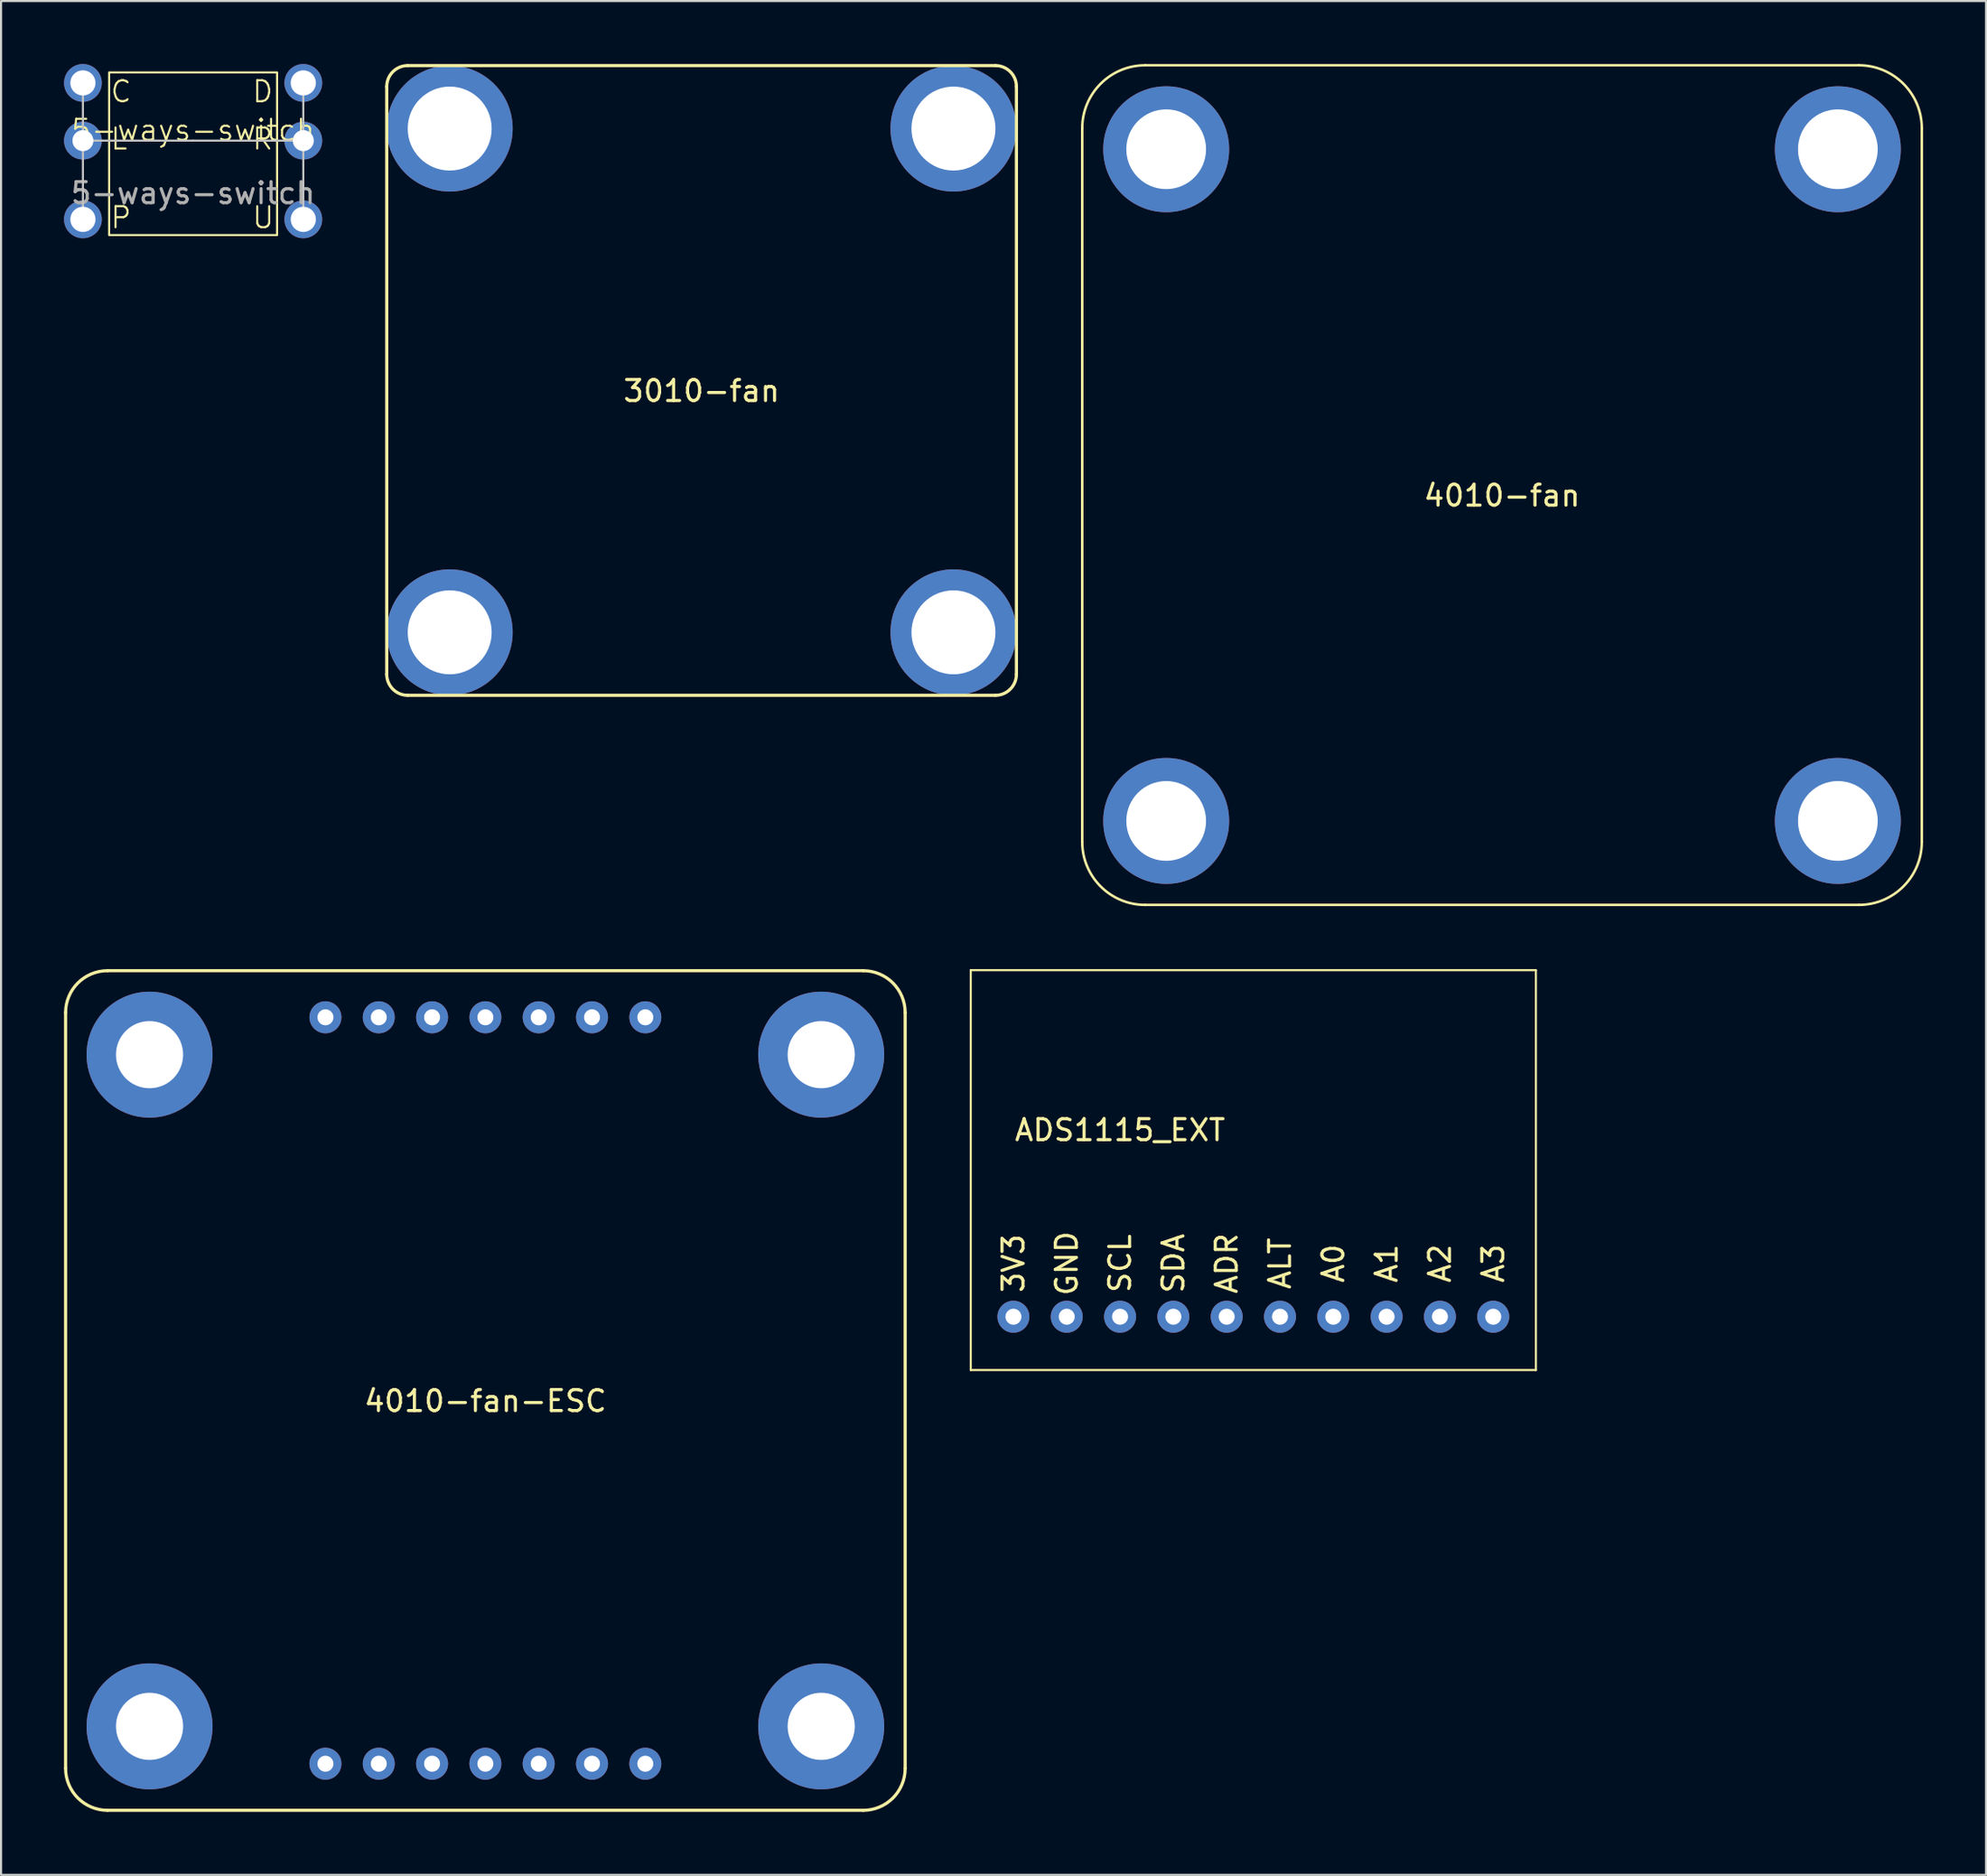
<source format=kicad_pcb>
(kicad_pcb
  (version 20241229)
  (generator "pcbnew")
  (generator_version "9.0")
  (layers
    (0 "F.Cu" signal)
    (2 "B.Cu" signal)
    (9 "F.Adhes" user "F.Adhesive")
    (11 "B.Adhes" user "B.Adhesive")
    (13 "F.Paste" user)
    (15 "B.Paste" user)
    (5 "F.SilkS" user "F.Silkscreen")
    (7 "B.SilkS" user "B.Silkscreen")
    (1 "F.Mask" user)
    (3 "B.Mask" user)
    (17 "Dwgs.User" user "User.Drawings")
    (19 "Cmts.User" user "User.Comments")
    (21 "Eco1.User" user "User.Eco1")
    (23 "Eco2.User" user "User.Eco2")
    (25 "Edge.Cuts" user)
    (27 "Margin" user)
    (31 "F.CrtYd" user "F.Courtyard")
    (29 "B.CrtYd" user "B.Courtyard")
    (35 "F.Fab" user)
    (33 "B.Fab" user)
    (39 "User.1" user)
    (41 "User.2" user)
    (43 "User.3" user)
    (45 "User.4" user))
  (footprint "4010-fan-ESC"
    (layer "F.Cu")
    (at 20.075 63.195)
    (property "Reference" "4010-fan-ESC" (at 0 0.5 0) (layer "F.SilkS") (effects (font (size 1 1) (thickness 0.15))))
    (attr through_hole)
    (fp_line (start -20 -18) (end -20 18) (stroke (width 0.15) (type solid)) (layer "F.SilkS"))
    (fp_line (start -18 20) (end 18 20) (stroke (width 0.15) (type solid)) (layer "F.SilkS"))
    (fp_line (start 18 -20) (end -18 -20) (stroke (width 0.15) (type solid)) (layer "F.SilkS"))
    (fp_line (start 20 18) (end 20 -18) (stroke (width 0.15) (type solid)) (layer "F.SilkS"))
    (fp_arc (start -20 -18) (mid -19.414214 -19.414214) (end -18 -20) (stroke (width 0.15) (type solid)) (layer "F.SilkS"))
    (fp_arc (start -18 20) (mid -19.414214 19.414214) (end -20 18) (stroke (width 0.15) (type solid)) (layer "F.SilkS"))
    (fp_arc (start 18 -20) (mid 19.414214 -19.414214) (end 20 -18) (stroke (width 0.15) (type solid)) (layer "F.SilkS"))
    (fp_arc (start 20 18) (mid 19.414214 19.414214) (end 18 20) (stroke (width 0.15) (type solid)) (layer "F.SilkS"))
    (pad "" thru_hole circle (at -16 -16) (size 6 6) (drill 3.2) (layers "*.Cu" "*.Mask"))
    (pad "" thru_hole circle (at -16 16) (size 6 6) (drill 3.2) (layers "*.Cu" "*.Mask"))
    (pad "" thru_hole circle (at 16 -16) (size 6 6) (drill 3.2) (layers "*.Cu" "*.Mask"))
    (pad "" thru_hole circle (at 16 16) (size 6 6) (drill 3.2) (layers "*.Cu" "*.Mask"))
    (pad "1" thru_hole circle (at -7.62 -17.78) (size 1.524 1.524) (drill 0.762) (layers "*.Cu" "*.Mask"))
    (pad "2" thru_hole circle (at -5.08 -17.78) (size 1.524 1.524) (drill 0.762) (layers "*.Cu" "*.Mask"))
    (pad "3" thru_hole circle (at -2.54 -17.78) (size 1.524 1.524) (drill 0.762) (layers "*.Cu" "*.Mask"))
    (pad "4" thru_hole circle (at 0 -17.78) (size 1.524 1.524) (drill 0.762) (layers "*.Cu" "*.Mask"))
    (pad "5" thru_hole circle (at 2.54 -17.78) (size 1.524 1.524) (drill 0.762) (layers "*.Cu" "*.Mask"))
    (pad "6" thru_hole circle (at 5.08 -17.78) (size 1.524 1.524) (drill 0.762) (layers "*.Cu" "*.Mask"))
    (pad "7" thru_hole circle (at 7.62 -17.78) (size 1.524 1.524) (drill 0.762) (layers "*.Cu" "*.Mask"))
    (pad "8" thru_hole circle (at -7.62 17.78) (size 1.524 1.524) (drill 0.762) (layers "*.Cu" "*.Mask"))
    (pad "9" thru_hole circle (at -5.08 17.78) (size 1.524 1.524) (drill 0.762) (layers "*.Cu" "*.Mask"))
    (pad "10" thru_hole circle (at -2.54 17.78) (size 1.524 1.524) (drill 0.762) (layers "*.Cu" "*.Mask"))
    (pad "11" thru_hole circle (at 0 17.78) (size 1.524 1.524) (drill 0.762) (layers "*.Cu" "*.Mask"))
    (pad "12" thru_hole circle (at 2.54 17.78) (size 1.524 1.524) (drill 0.762) (layers "*.Cu" "*.Mask"))
    (pad "13" thru_hole circle (at 5.08 17.78) (size 1.524 1.524) (drill 0.762) (layers "*.Cu" "*.Mask"))
    (pad "14" thru_hole circle (at 7.62 17.78) (size 1.524 1.524) (drill 0.762) (layers "*.Cu" "*.Mask")))
  (footprint "ADS1115_EXT"
    (layer "F.Cu")
    (at 45.232 59.68)
    (property "Reference" "ADS1115_EXT" (at 5.08 -8.89 0) (layer "F.SilkS") (effects (font (size 1 1) (thickness 0.15))))
    (attr through_hole)
    (fp_line (start -2.032 -16.51) (end -2.032 2.54) (stroke (width 0.1) (type solid)) (layer "F.SilkS"))
    (fp_line (start -2.032 2.54) (end 24.892 2.54) (stroke (width 0.1) (type solid)) (layer "F.SilkS"))
    (fp_line (start 24.892 -16.51) (end -2.032 -16.51) (stroke (width 0.1) (type solid)) (layer "F.SilkS"))
    (fp_line (start 24.892 2.54) (end 24.892 -16.51) (stroke (width 0.1) (type solid)) (layer "F.SilkS"))
    (fp_text user "SCL" (at 5.08 -2.54 90) (layer "F.SilkS") (effects (font (size 1 1) (thickness 0.15))))
    (fp_text user "3V3" (at 0 -2.54 90) (layer "F.SilkS") (effects (font (size 1 1) (thickness 0.15))))
    (fp_text user "A1" (at 17.78 -2.54 90) (layer "F.SilkS") (effects (font (size 1 1) (thickness 0.15))))
    (fp_text user "SDA" (at 7.62 -2.54 270) (layer "F.SilkS") (effects (font (size 1 1) (thickness 0.15))))
    (fp_text user "A3" (at 22.86 -2.54 270) (layer "F.SilkS") (effects (font (size 1 1) (thickness 0.15))))
    (fp_text user "A0" (at 15.24 -2.54 90) (layer "F.SilkS") (effects (font (size 1 1) (thickness 0.15))))
    (fp_text user "ALT" (at 12.7 -2.54 90) (layer "F.SilkS") (effects (font (size 1 1) (thickness 0.15))))
    (fp_text user "A2" (at 20.32 -2.54 270) (layer "F.SilkS") (effects (font (size 1 1) (thickness 0.15))))
    (fp_text user "ADR" (at 10.16 -2.54 90) (layer "F.SilkS") (effects (font (size 1 1) (thickness 0.15))))
    (fp_text user "GND" (at 2.54 -2.54 90) (layer "F.SilkS") (effects (font (size 1 1) (thickness 0.15))))
    (pad "1" thru_hole circle (at 0 0) (size 1.524 1.524) (drill 0.762) (layers "*.Cu" "*.Mask"))
    (pad "2" thru_hole circle (at 2.54 0) (size 1.524 1.524) (drill 0.762) (layers "*.Cu" "*.Mask"))
    (pad "3" thru_hole circle (at 5.08 0) (size 1.524 1.524) (drill 0.762) (layers "*.Cu" "*.Mask"))
    (pad "4" thru_hole circle (at 7.62 0) (size 1.524 1.524) (drill 0.762) (layers "*.Cu" "*.Mask"))
    (pad "5" thru_hole circle (at 10.16 0) (size 1.524 1.524) (drill 0.762) (layers "*.Cu" "*.Mask"))
    (pad "6" thru_hole circle (at 12.7 0) (size 1.524 1.524) (drill 0.762) (layers "*.Cu" "*.Mask"))
    (pad "7" thru_hole circle (at 15.24 0) (size 1.524 1.524) (drill 0.762) (layers "*.Cu" "*.Mask"))
    (pad "8" thru_hole circle (at 17.78 0) (size 1.524 1.524) (drill 0.762) (layers "*.Cu" "*.Mask"))
    (pad "9" thru_hole circle (at 20.32 0) (size 1.524 1.524) (drill 0.762) (layers "*.Cu" "*.Mask"))
    (pad "10" thru_hole circle (at 22.86 0) (size 1.524 1.524) (drill 0.762) (layers "*.Cu" "*.Mask")))
  (footprint "5-ways-switch"
    (layer "F.Cu")
    (at 6.15 3.65)
    (property "Reference" "5-ways-switch" (at 0 -0.5 0) (unlocked yes) (layer "F.SilkS") (effects (font (size 1 1) (thickness 0.1))))
    (attr through_hole)
    (fp_rect (start -4 -3.25) (end 4 4.5) (stroke (width 0.1) (type default)) (fill no) (layer "F.SilkS"))
    (fp_line (start -5.25 0) (end -5.25 -2.75) (stroke (width 0.1) (type default)) (layer "Dwgs.User"))
    (fp_line (start -5.25 0) (end -5.25 3.75) (stroke (width 0.1) (type default)) (layer "Dwgs.User"))
    (fp_line (start 0 0) (end -5.25 0) (stroke (width 0.1) (type default)) (layer "Dwgs.User"))
    (fp_line (start 0 0) (end 5.25 0) (stroke (width 0.1) (type default)) (layer "Dwgs.User"))
    (fp_line (start 5.25 0) (end 5.25 -2.75) (stroke (width 0.1) (type default)) (layer "Dwgs.User"))
    (fp_line (start 5.25 0) (end 5.25 3.75) (stroke (width 0.1) (type default)) (layer "Dwgs.User"))
    (fp_text user "C" (at -4 -1.75 0) (unlocked yes) (layer "F.SilkS") (effects (font (size 1 1) (thickness 0.1)) (justify left bottom)))
    (fp_text user "U" (at 2.75 4.25 0) (unlocked yes) (layer "F.SilkS") (effects (font (size 1 1) (thickness 0.1)) (justify left bottom)))
    (fp_text user "D" (at 2.75 -1.75 0) (unlocked yes) (layer "F.SilkS") (effects (font (size 1 1) (thickness 0.1)) (justify left bottom)))
    (fp_text user "P" (at -4 4.25 0) (unlocked yes) (layer "F.SilkS") (effects (font (size 1 1) (thickness 0.1)) (justify left bottom)))
    (fp_text user "L" (at -4 0.5 0) (unlocked yes) (layer "F.SilkS") (effects (font (size 1 1) (thickness 0.1)) (justify left bottom)))
    (fp_text user "R" (at 2.75 0.5 0) (unlocked yes) (layer "F.SilkS") (effects (font (size 1 1) (thickness 0.1)) (justify left bottom)))
    (fp_text user "${REFERENCE}" (at 0 2.5 0) (unlocked yes) (layer "F.Fab") (effects (font (size 1 1) (thickness 0.15))))
    (pad "1" thru_hole circle (at -5.25 -2.75) (size 1.8 1.8) (drill 1.2) (layers "*.Cu" "*.Mask"))
    (pad "2" thru_hole circle (at -5.25 0) (size 1.8 1.8) (drill 1) (layers "*.Cu" "*.Mask"))
    (pad "3" thru_hole circle (at -5.25 3.75) (size 1.8 1.8) (drill 1.2) (layers "*.Cu" "*.Mask"))
    (pad "4" thru_hole circle (at 5.25 3.75) (size 1.8 1.8) (drill 1.2) (layers "*.Cu" "*.Mask"))
    (pad "5" thru_hole circle (at 5.25 0) (size 1.8 1.8) (drill 1) (layers "*.Cu" "*.Mask"))
    (pad "6" thru_hole circle (at 5.25 -2.75) (size 1.8 1.8) (drill 1.2) (layers "*.Cu" "*.Mask")))
  (footprint "4010-fan"
    (layer "F.Cu")
    (at 68.51 20.06)
    (property "Reference" "4010-fan" (at 0 0.5 0) (layer "F.SilkS") (effects (font (size 1 1) (thickness 0.15))))
    (attr through_hole)
    (fp_line (start -20 -17) (end -20 17) (stroke (width 0.12) (type solid)) (layer "F.SilkS"))
    (fp_line (start -17 20) (end 17 20) (stroke (width 0.12) (type solid)) (layer "F.SilkS"))
    (fp_line (start 17 -20) (end -17 -20) (stroke (width 0.12) (type solid)) (layer "F.SilkS"))
    (fp_line (start 20 17) (end 20 -17) (stroke (width 0.12) (type solid)) (layer "F.SilkS"))
    (fp_arc (start -20 -17) (mid -19.12132 -19.12132) (end -17 -20) (stroke (width 0.12) (type solid)) (layer "F.SilkS"))
    (fp_arc (start -17 20) (mid -19.12132 19.12132) (end -20 17) (stroke (width 0.12) (type solid)) (layer "F.SilkS"))
    (fp_arc (start 17 -20) (mid 19.12132 -19.12132) (end 20 -17) (stroke (width 0.12) (type solid)) (layer "F.SilkS"))
    (fp_arc (start 20 17) (mid 19.12132 19.12132) (end 17 20) (stroke (width 0.12) (type solid)) (layer "F.SilkS"))
    (pad "" thru_hole circle (at -16 -16) (size 6 6) (drill 3.8) (layers "*.Cu" "*.Mask"))
    (pad "" thru_hole circle (at -16 16) (size 6 6) (drill 3.8) (layers "*.Cu" "*.Mask"))
    (pad "" thru_hole circle (at 16 -16) (size 6 6) (drill 3.8) (layers "*.Cu" "*.Mask"))
    (pad "" thru_hole circle (at 16 16) (size 6 6) (drill 3.8) (layers "*.Cu" "*.Mask")))
  (footprint "3010-fan"
    (layer "F.Cu")
    (at 30.375 15.075)
    (property "Reference" "3010-fan" (at 0 0.5 0) (layer "F.SilkS") (effects (font (size 1 1) (thickness 0.15))))
    (attr through_hole)
    (fp_line (start -15 14) (end -15 -14) (stroke (width 0.15) (type solid)) (layer "F.SilkS"))
    (fp_line (start -14 -15) (end 14 -15) (stroke (width 0.15) (type solid)) (layer "F.SilkS"))
    (fp_line (start 14 15) (end -14 15) (stroke (width 0.15) (type solid)) (layer "F.SilkS"))
    (fp_line (start 15 -14) (end 15 14) (stroke (width 0.15) (type solid)) (layer "F.SilkS"))
    (fp_arc (start -15 -14) (mid -14.707107 -14.707107) (end -14 -15) (stroke (width 0.15) (type solid)) (layer "F.SilkS"))
    (fp_arc (start -14 15) (mid -14.707107 14.707107) (end -15 14) (stroke (width 0.15) (type solid)) (layer "F.SilkS"))
    (fp_arc (start 14 -15) (mid 14.707107 -14.707107) (end 15 -14) (stroke (width 0.15) (type solid)) (layer "F.SilkS"))
    (fp_arc (start 15 14) (mid 14.707107 14.707107) (end 14 15) (stroke (width 0.15) (type solid)) (layer "F.SilkS"))
    (pad "" thru_hole circle (at -12 -12) (size 6 6) (drill 4) (layers "*.Cu" "*.Mask"))
    (pad "" thru_hole circle (at -12 12) (size 6 6) (drill 4) (layers "*.Cu" "*.Mask"))
    (pad "" thru_hole circle (at 12 -12) (size 6 6) (drill 4) (layers "*.Cu" "*.Mask"))
    (pad "" thru_hole circle (at 12 12) (size 6 6) (drill 4) (layers "*.Cu" "*.Mask")))
  (gr_rect
    (start -3 -3)
    (end 91.57 86.27)
    (stroke (width 0.1) (type default))
    (fill no)
    (layer "Edge.Cuts")))
</source>
